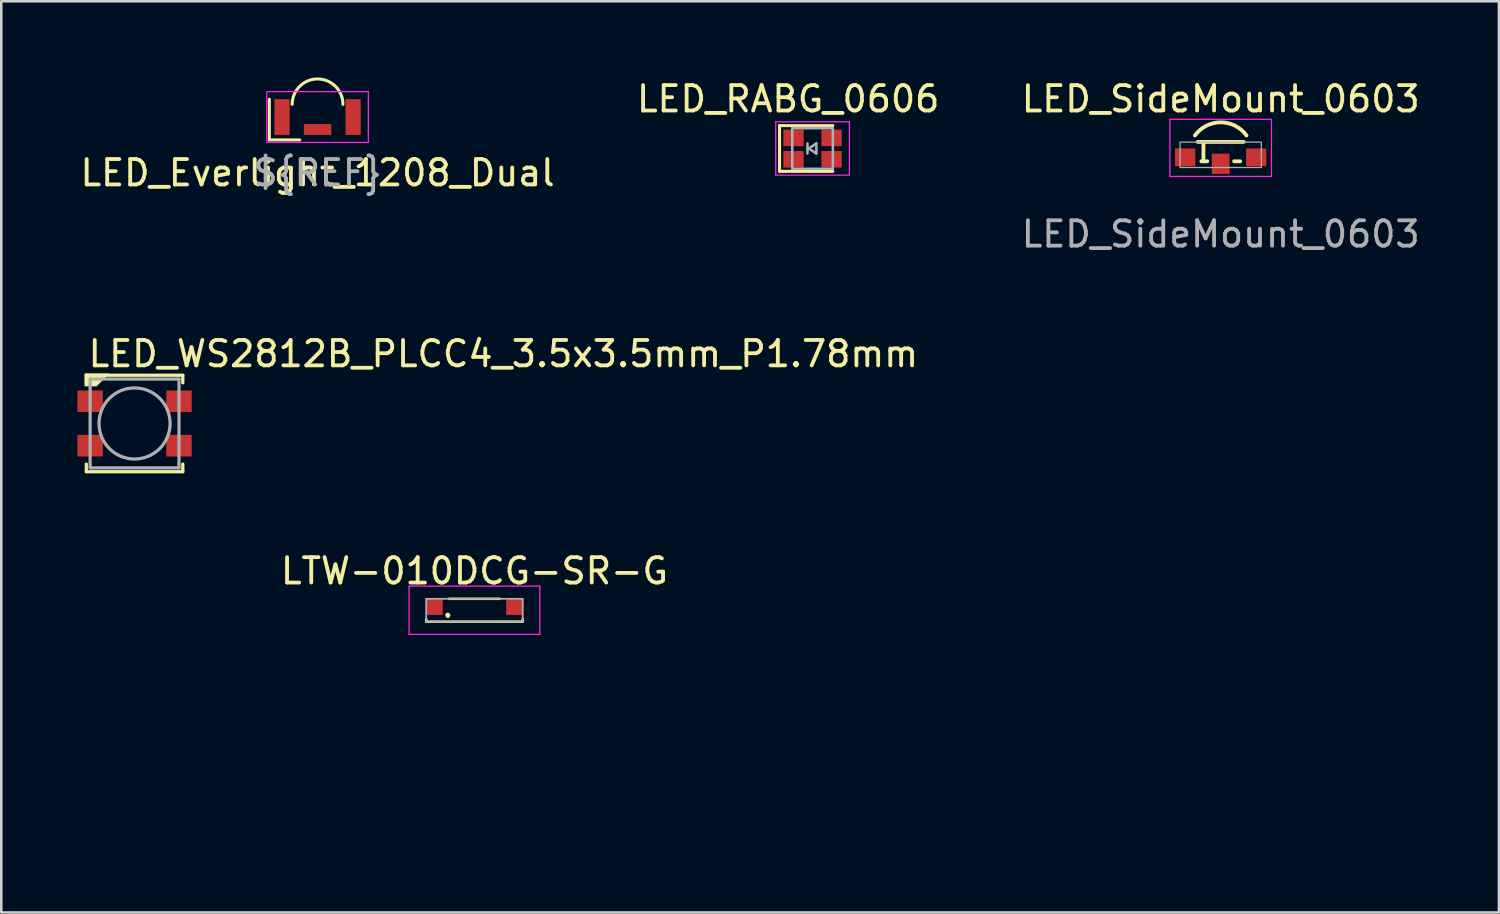
<source format=kicad_pcb>
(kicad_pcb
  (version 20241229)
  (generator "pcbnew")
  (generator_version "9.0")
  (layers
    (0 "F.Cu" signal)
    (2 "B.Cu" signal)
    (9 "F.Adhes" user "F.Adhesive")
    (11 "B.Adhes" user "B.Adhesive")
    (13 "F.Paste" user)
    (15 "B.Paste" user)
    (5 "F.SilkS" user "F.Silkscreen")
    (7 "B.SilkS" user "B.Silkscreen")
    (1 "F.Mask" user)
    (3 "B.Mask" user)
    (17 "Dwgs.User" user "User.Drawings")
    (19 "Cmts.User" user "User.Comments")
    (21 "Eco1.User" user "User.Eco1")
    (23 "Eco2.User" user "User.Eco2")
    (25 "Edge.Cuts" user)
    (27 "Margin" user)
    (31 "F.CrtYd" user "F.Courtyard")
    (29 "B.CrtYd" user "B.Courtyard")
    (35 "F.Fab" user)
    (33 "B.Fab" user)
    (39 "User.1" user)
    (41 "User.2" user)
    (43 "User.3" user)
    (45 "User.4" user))
  (footprint "LED_RABG_0606"
    (layer "F.Cu")
    (at 28.954 2.798)
    (property "Reference" "LED_RABG_0606" (at -0.96 -1.95 0) (layer "F.SilkS") (effects (font (size 1 1) (thickness 0.15))))
    (attr smd)
    (fp_line (start -1.3 -0.9) (end -1.3 0.9) (stroke (width 0.12) (type solid)) (layer "F.SilkS"))
    (fp_line (start -1.3 -0.9) (end 0.8 -0.9) (stroke (width 0.12) (type solid)) (layer "F.SilkS"))
    (fp_line (start -1.3 0.9) (end 0.8 0.9) (stroke (width 0.12) (type solid)) (layer "F.SilkS"))
    (fp_line (start -1.45 -1.05) (end 1.45 -1.05) (stroke (width 0.05) (type solid)) (layer "F.CrtYd"))
    (fp_line (start -1.45 1.05) (end -1.45 -1.05) (stroke (width 0.05) (type solid)) (layer "F.CrtYd"))
    (fp_line (start 1.45 -1.05) (end 1.45 1.05) (stroke (width 0.05) (type solid)) (layer "F.CrtYd"))
    (fp_line (start 1.45 1.05) (end -1.45 1.05) (stroke (width 0.05) (type solid)) (layer "F.CrtYd"))
    (fp_line (start -0.8 -0.8) (end 0.8 -0.8) (stroke (width 0.1) (type solid)) (layer "F.Fab"))
    (fp_line (start -0.8 0.8) (end -0.8 -0.8) (stroke (width 0.1) (type solid)) (layer "F.Fab"))
    (fp_line (start -0.2 -0.2) (end -0.2 0.2) (stroke (width 0.1) (type solid)) (layer "F.Fab"))
    (fp_line (start -0.15 0) (end 0.15 -0.2) (stroke (width 0.1) (type solid)) (layer "F.Fab"))
    (fp_line (start 0.15 -0.2) (end 0.15 0.2) (stroke (width 0.1) (type solid)) (layer "F.Fab"))
    (fp_line (start 0.15 0.2) (end -0.15 0) (stroke (width 0.1) (type solid)) (layer "F.Fab"))
    (fp_line (start 0.8 -0.8) (end 0.8 0.8) (stroke (width 0.1) (type solid)) (layer "F.Fab"))
    (fp_line (start 0.8 0.8) (end -0.8 0.8) (stroke (width 0.1) (type solid)) (layer "F.Fab"))
    (pad "1" smd rect (at -0.75 -0.415) (size 0.8 0.65) (layers "F.Cu" "F.Mask" "F.Paste"))
    (pad "2" smd rect (at -0.75 0.425) (size 0.8 0.65) (layers "F.Cu" "F.Mask" "F.Paste"))
    (pad "3" smd rect (at 0.75 0.425) (size 0.8 0.65) (layers "F.Cu" "F.Mask" "F.Paste"))
    (pad "4" smd rect (at 0.75 -0.415) (size 0.8 0.65) (layers "F.Cu" "F.Mask" "F.Paste")))
  (footprint "LED_Everlight_1208_Dual"
    (layer "F.Cu")
    (at 9.458 1.56)
    (property "Reference" "LED_Everlight_1208_Dual" (at 0 2.2 0) (unlocked yes) (layer "F.SilkS") (effects (font (size 1 1) (thickness 0.15))))
    (attr smd)
    (fp_line (start -1.9 -0.7) (end -1.9 0.9) (stroke (width 0.12) (type default)) (layer "F.SilkS"))
    (fp_line (start -1.9 0.9) (end -0.7 0.9) (stroke (width 0.12) (type default)) (layer "F.SilkS"))
    (fp_arc (start -1 -0.5) (mid 0 -1.5) (end 1 -0.5) (stroke (width 0.12) (type default)) (layer "F.SilkS"))
    (fp_rect (start -2 -1) (end 2 1) (stroke (width 0.05) (type default)) (fill no) (layer "F.CrtYd"))
    (fp_text user "${REF}" (at 0 2.2 0) (unlocked yes) (layer "F.Fab") (effects (font (size 1 1) (thickness 0.15))))
    (pad "1" smd rect (at 1.4 0 180) (size 0.6 1.41) (layers "F.Cu" "F.Mask" "F.Paste"))
    (pad "2" smd rect (at 0 0.49) (size 1.08 0.43) (layers "F.Cu" "F.Mask" "F.Paste"))
    (pad "3" smd rect (at -1.4 0 180) (size 0.6 1.41) (layers "F.Cu" "F.Mask" "F.Paste")))
  (footprint "LED_WS2812B_PLCC4_3.5x3.5mm_P1.78mm"
    (layer "F.Cu")
    (at 2.25 13.629)
    (property "Reference" "LED_WS2812B_PLCC4_3.5x3.5mm_P1.78mm" (at -1.905 -2.159 180) (layer "F.SilkS") (effects (font (size 1 1) (thickness 0.15)) (justify left bottom)))
    (attr through_hole)
    (fp_line (start -1.9 -1.9) (end 1.9 -1.9) (stroke (width 0.127) (type solid)) (layer "F.SilkS"))
    (fp_line (start -1.9 -1.6) (end -1.9 -1.9) (stroke (width 0.127) (type solid)) (layer "F.SilkS"))
    (fp_line (start -1.9 1.6) (end -1.9 1.9) (stroke (width 0.127) (type solid)) (layer "F.SilkS"))
    (fp_line (start -1.9 1.9) (end 1.9 1.9) (stroke (width 0.127) (type solid)) (layer "F.SilkS"))
    (fp_line (start 1.9 -1.9) (end 1.9 -1.6) (stroke (width 0.127) (type solid)) (layer "F.SilkS"))
    (fp_line (start 1.9 1.9) (end 1.9 1.6) (stroke (width 0.127) (type solid)) (layer "F.SilkS"))
    (fp_poly (pts (xy -1.498 -1.46) (xy -1.968 -1.46) (xy -1.968 -1.968) (xy -0.99 -1.968)) (stroke (width 0) (type solid)) (fill yes) (layer "F.SilkS"))
    (fp_line (start -1.75 -1.75) (end 1.75 -1.75) (stroke (width 0.127) (type solid)) (layer "F.Fab"))
    (fp_line (start -1.75 1.75) (end -1.75 -1.75) (stroke (width 0.127) (type solid)) (layer "F.Fab"))
    (fp_line (start 1.75 -1.75) (end 1.75 1.75) (stroke (width 0.127) (type solid)) (layer "F.Fab"))
    (fp_line (start 1.75 1.75) (end -1.75 1.75) (stroke (width 0.127) (type solid)) (layer "F.Fab"))
    (fp_circle (center 0 0) (end 1.4 0) (stroke (width 0.127) (type solid)) (fill no) (layer "F.Fab"))
    (pad "1" smd rect (at 1.75 0.875 90) (size 0.85 1) (layers "F.Cu" "F.Mask" "F.Paste"))
    (pad "2" smd rect (at 1.75 -0.875 90) (size 0.85 1) (layers "F.Cu" "F.Mask" "F.Paste"))
    (pad "3" smd rect (at -1.75 -0.875 90) (size 0.85 1) (layers "F.Cu" "F.Mask" "F.Paste"))
    (pad "4" smd rect (at -1.75 0.875 90) (size 0.85 1) (layers "F.Cu" "F.Mask" "F.Paste")))
  (footprint "LTW-010DCG-SR-G"
    (layer "F.Cu")
    (at 15.638 20.84)
    (property "Reference" "LTW-010DCG-SR-G" (at 0 -1.4 0) (unlocked yes) (layer "F.SilkS") (effects (font (size 1 1) (thickness 0.15))))
    (attr smd)
    (fp_line (start -1.9 0.495) (end -1.9 0.595) (stroke (width 0.1) (type solid)) (layer "F.SilkS"))
    (fp_line (start -1.9 0.595) (end 1.9 0.595) (stroke (width 0.1) (type solid)) (layer "F.SilkS"))
    (fp_line (start -1.05 0.295) (end -1.05 0.295) (stroke (width 0.1) (type solid)) (layer "F.SilkS"))
    (fp_line (start -1.05 0.395) (end -1.05 0.395) (stroke (width 0.1) (type solid)) (layer "F.SilkS"))
    (fp_line (start -1 -0.305) (end 1 -0.305) (stroke (width 0.1) (type solid)) (layer "F.SilkS"))
    (fp_line (start 1.9 0.595) (end 1.9 0.495) (stroke (width 0.1) (type solid)) (layer "F.SilkS"))
    (fp_arc (start -1.05 0.295) (mid -1 0.345) (end -1.05 0.395) (stroke (width 0.1) (type solid)) (layer "F.SilkS"))
    (fp_arc (start -1.05 0.395) (mid -1.1 0.345) (end -1.05 0.295) (stroke (width 0.1) (type solid)) (layer "F.SilkS"))
    (fp_line (start -2.575 -0.805) (end 2.575 -0.805) (stroke (width 0.05) (type solid)) (layer "F.CrtYd"))
    (fp_line (start -2.575 1.095) (end -2.575 -0.805) (stroke (width 0.05) (type solid)) (layer "F.CrtYd"))
    (fp_line (start 2.575 -0.805) (end 2.575 1.095) (stroke (width 0.05) (type solid)) (layer "F.CrtYd"))
    (fp_line (start 2.575 1.095) (end -2.575 1.095) (stroke (width 0.05) (type solid)) (layer "F.CrtYd"))
    (fp_line (start -1.9 -0.305) (end 1.9 -0.305) (stroke (width 0.07) (type solid)) (layer "F.Fab"))
    (fp_line (start -1.9 0.595) (end -1.9 -0.305) (stroke (width 0.07) (type solid)) (layer "F.Fab"))
    (fp_line (start 1.9 -0.305) (end 1.9 0.595) (stroke (width 0.07) (type solid)) (layer "F.Fab"))
    (fp_line (start 1.9 0.595) (end -1.9 0.595) (stroke (width 0.07) (type solid)) (layer "F.Fab"))
    (fp_line (start 0 0) (end -15.588 9) (stroke (width 0.1) (type default)) (layer "User.1"))
    (fp_line (start 0 0) (end 15.588 9) (stroke (width 0.1) (type default)) (layer "User.1"))
    (pad "1" smd rect (at -1.585 0) (size 0.67 0.66) (layers "F.Cu" "F.Mask" "F.Paste"))
    (pad "2" smd rect (at 1.585 0) (size 0.67 0.66) (layers "F.Cu" "F.Mask" "F.Paste")))
  (footprint "LED_SideMount_0603"
    (layer "F.Cu")
    (at 45.03 3.148)
    (property "Reference" "LED_SideMount_0603" (at 0 -2.3 0) (unlocked yes) (layer "F.SilkS") (effects (font (size 1 1) (thickness 0.15))))
    (attr smd)
    (fp_line (start -0.903 -0.608) (end 0.903 -0.608) (stroke (width 0.15) (type solid)) (layer "F.SilkS"))
    (fp_line (start -0.762 0.154) (end -0.531 0.154) (stroke (width 0.15) (type solid)) (layer "F.SilkS"))
    (fp_line (start -0.68 -0.608) (end -0.68 0.154) (stroke (width 0.15) (type solid)) (layer "F.SilkS"))
    (fp_line (start 0.531 0.154) (end 0.769 0.154) (stroke (width 0.15) (type solid)) (layer "F.SilkS"))
    (fp_arc (start -1.016 -0.862) (mid 0.000169 -1.379335) (end 1.016199 -0.861726) (stroke (width 0.15) (type solid)) (layer "F.SilkS"))
    (fp_rect (start -2 -1.5) (end 2 0.75) (stroke (width 0.05) (type default)) (fill no) (layer "F.CrtYd"))
    (fp_rect (start -1.6 -0.6) (end 1.6 0.4) (stroke (width 0.05) (type default)) (fill no) (layer "F.Fab"))
    (fp_text user "${REFERENCE}" (at 0 3.023 0) (unlocked yes) (layer "F.Fab") (effects (font (size 1 1) (thickness 0.15))))
    (pad "1" smd rect (at -1.4 0 180) (size 0.8 0.7) (layers "F.Cu" "F.Mask" "F.Paste"))
    (pad "2" smd rect (at 1.4 0 180) (size 0.8 0.7) (layers "F.Cu" "F.Mask" "F.Paste"))
    (pad "MP" smd rect (at 0 0.254 180) (size 0.7 0.8) (layers "F.Cu" "F.Mask" "F.Paste")))
  (gr_rect
    (start -3 -3)
    (end 55.988 32.89)
    (stroke (width 0.1) (type default))
    (fill no)
    (layer "Edge.Cuts")))
</source>
